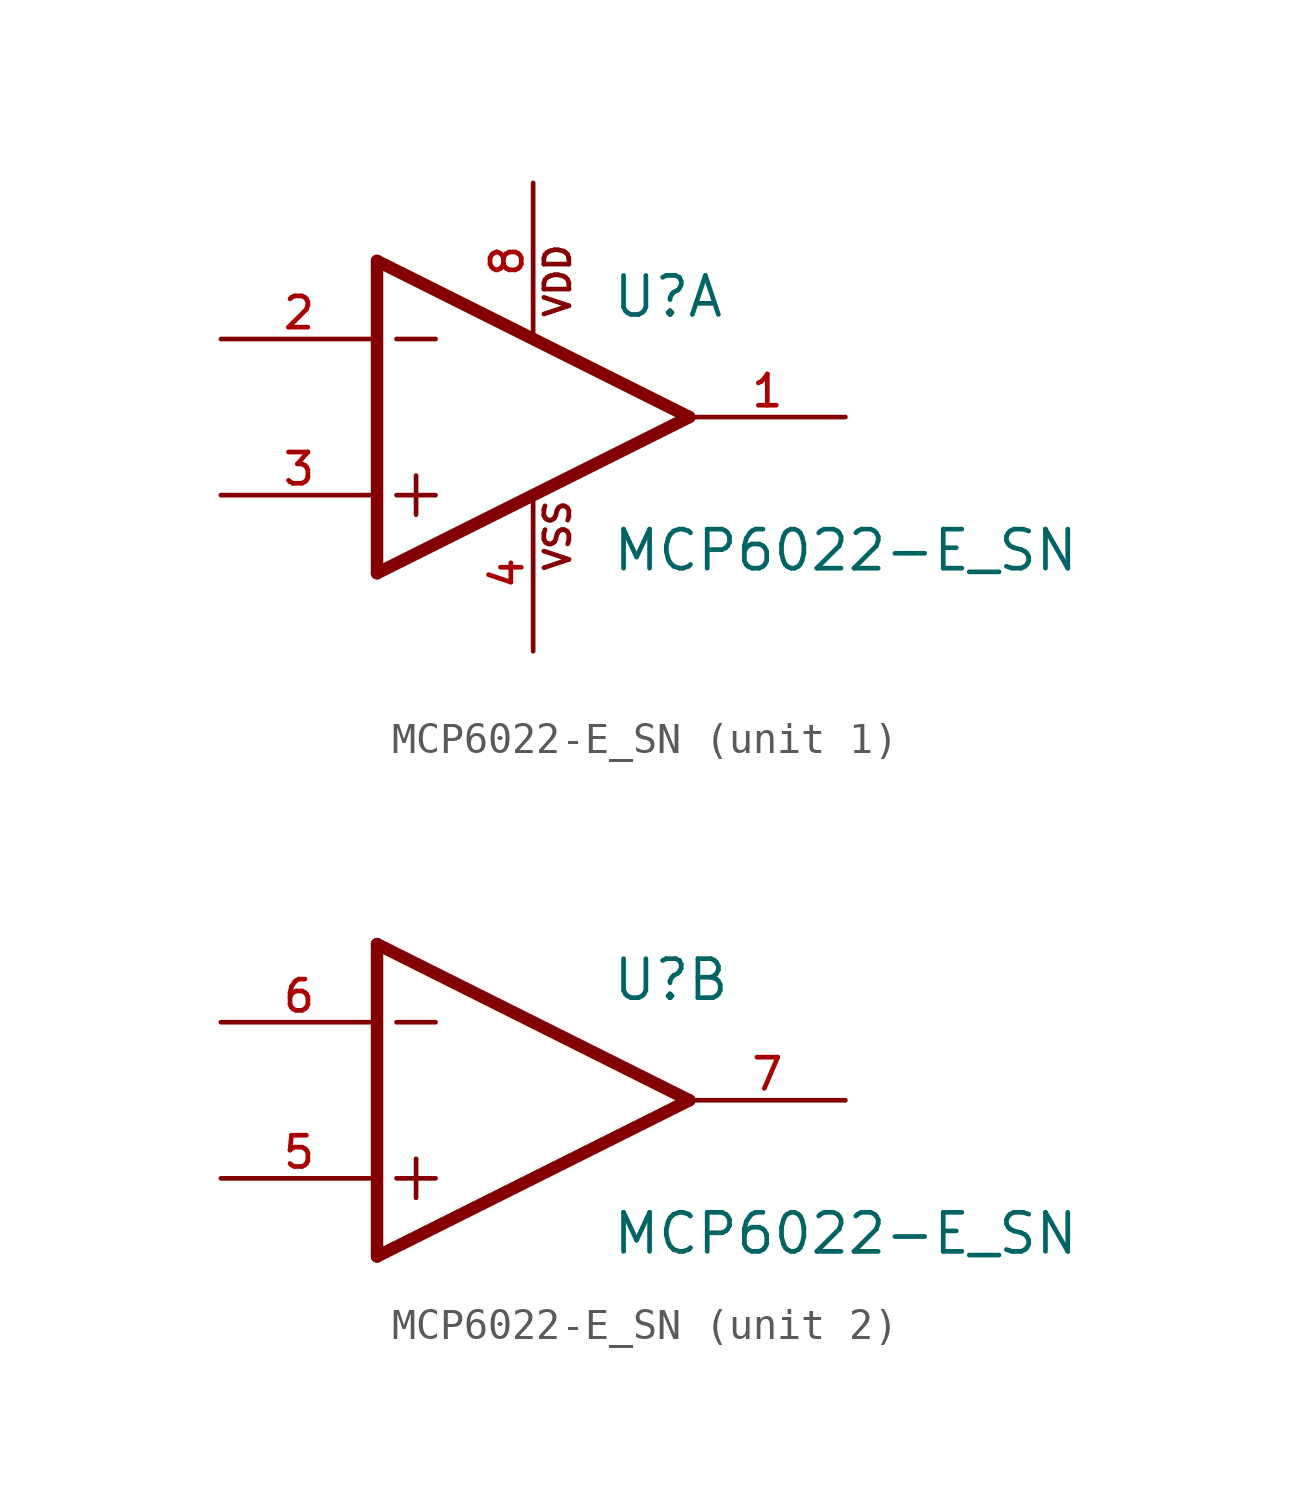
<source format=kicad_sym>
(kicad_symbol_lib
  (version 20211014)
  (generator kicad_symbol_editor)
  (symbol "MCP6022-E_SN"
    (pin_names
      (offset 1.016))
    (property "Reference" "U"
      (at 2.54 3.175 0)
      (effects (font (size 1.27 1.27)) (justify bottom left)))
    (property "Value" "MCP6022-E_SN"
      (at 2.54 -5.08 0)
      (effects (font (size 1.27 1.27)) (justify bottom left)))
    (symbol "MCP6022-E_SN_1_0"
      (polyline (pts (xy -5.08 5.08) (xy -5.08 -5.08)) (stroke (width 0.406)))
      (polyline (pts (xy -5.08 -5.08) (xy 5.08 0.0)) (stroke (width 0.406)))
      (polyline (pts (xy 5.08 0.0) (xy -5.08 5.08)) (stroke (width 0.406)))
      (polyline (pts (xy -3.81 -1.905) (xy -3.81 -3.175)) (stroke (width 0.152)))
      (polyline (pts (xy -4.445 2.54) (xy -3.175 2.54)) (stroke (width 0.152)))
      (polyline (pts (xy -4.445 -2.54) (xy -3.175 -2.54)) (stroke (width 0.152)))
      (text "VDD" (at 1.27 3.175 900) (effects (font (size 0.813 0.813)) (justify bottom left)))
      (text "VSS" (at 1.27 -5.08 900) (effects (font (size 0.813 0.813)) (justify bottom left)))
      (pin input line (at -10.16 -2.54 0) (length 5.08) (name "~" (effects (font (size 1.016 1.016)))) (number "3" (effects (font (size 1.016 1.016)))))
      (pin input line (at -10.16 2.54 0) (length 5.08) (name "~" (effects (font (size 1.016 1.016)))) (number "2" (effects (font (size 1.016 1.016)))))
      (pin power_in line (at 0.0 7.62 270.0) (length 5.08) (name "~" (effects (font (size 1.016 1.016)))) (number "8" (effects (font (size 1.016 1.016)))))
      (pin output line (at 10.16 0.0 180.0) (length 5.08) (name "~" (effects (font (size 1.016 1.016)))) (number "1" (effects (font (size 1.016 1.016)))))
      (pin power_in line (at 0.0 -7.62 90.0) (length 5.08) (name "~" (effects (font (size 1.016 1.016)))) (number "4" (effects (font (size 1.016 1.016))))))
    (symbol "MCP6022-E_SN_2_0"
      (polyline (pts (xy -5.08 5.08) (xy -5.08 -5.08)) (stroke (width 0.406)))
      (polyline (pts (xy -5.08 -5.08) (xy 5.08 0.0)) (stroke (width 0.406)))
      (polyline (pts (xy 5.08 0.0) (xy -5.08 5.08)) (stroke (width 0.406)))
      (polyline (pts (xy -3.81 -1.905) (xy -3.81 -3.175)) (stroke (width 0.152)))
      (polyline (pts (xy -4.445 2.54) (xy -3.175 2.54)) (stroke (width 0.152)))
      (polyline (pts (xy -4.445 -2.54) (xy -3.175 -2.54)) (stroke (width 0.152)))
      (pin input line (at -10.16 -2.54 0) (length 5.08) (name "~" (effects (font (size 1.016 1.016)))) (number "5" (effects (font (size 1.016 1.016)))))
      (pin input line (at -10.16 2.54 0) (length 5.08) (name "~" (effects (font (size 1.016 1.016)))) (number "6" (effects (font (size 1.016 1.016)))))
      (pin output line (at 10.16 0.0 180.0) (length 5.08) (name "~" (effects (font (size 1.016 1.016)))) (number "7" (effects (font (size 1.016 1.016))))))))
</source>
